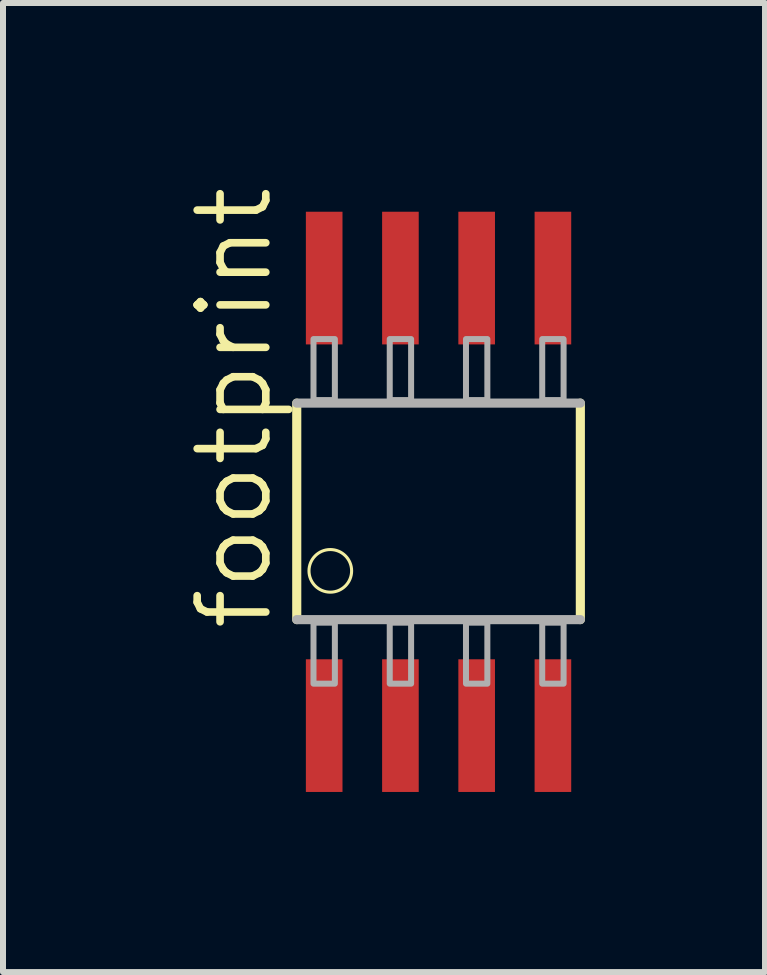
<source format=kicad_pcb>
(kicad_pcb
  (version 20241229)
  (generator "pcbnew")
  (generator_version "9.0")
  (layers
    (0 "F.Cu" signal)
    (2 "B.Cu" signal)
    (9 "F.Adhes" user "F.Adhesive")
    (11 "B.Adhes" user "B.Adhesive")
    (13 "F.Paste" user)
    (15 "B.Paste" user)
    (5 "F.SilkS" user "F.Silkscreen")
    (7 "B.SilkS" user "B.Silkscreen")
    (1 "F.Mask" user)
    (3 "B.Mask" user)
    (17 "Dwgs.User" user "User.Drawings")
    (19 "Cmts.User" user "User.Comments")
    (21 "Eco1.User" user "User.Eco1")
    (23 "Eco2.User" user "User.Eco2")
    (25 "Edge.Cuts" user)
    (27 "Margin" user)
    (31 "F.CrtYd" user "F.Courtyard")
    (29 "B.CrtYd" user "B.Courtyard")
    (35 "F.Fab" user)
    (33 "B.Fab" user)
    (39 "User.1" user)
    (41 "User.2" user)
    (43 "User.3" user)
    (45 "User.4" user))
  (footprint "footprint"
    (layer "F.Cu")
    (at 4.255 5.468)
    (property "Reference" "footprint" (at -2.731 2.032 90) (layer "F.SilkS") (effects (font (size 1.143 1.143) (thickness 0.127)) (justify left bottom)))
    (fp_line (start -2.362 -1.803) (end -2.362 1.803) (stroke (width 0.152) (type solid)) (layer "F.SilkS"))
    (fp_line (start 2.362 1.803) (end 2.362 -1.803) (stroke (width 0.152) (type solid)) (layer "F.SilkS"))
    (fp_circle (center -1.803 0.991) (end -1.448 0.991) (stroke (width 0.051) (type solid)) (fill no) (layer "F.SilkS"))
    (fp_line (start -2.362 1.803) (end 2.362 1.803) (stroke (width 0.152) (type solid)) (layer "F.Fab"))
    (fp_line (start 2.362 -1.803) (end -2.362 -1.803) (stroke (width 0.152) (type solid)) (layer "F.Fab"))
    (fp_poly (pts (xy -2.083 -1.854) (xy -1.727 -1.854) (xy -1.727 -2.87) (xy -2.083 -2.87)) (stroke (width 0.1) (type solid)) (fill no) (layer "F.Fab"))
    (fp_poly (pts (xy -2.083 2.87) (xy -1.727 2.87) (xy -1.727 1.854) (xy -2.083 1.854)) (stroke (width 0.1) (type solid)) (fill no) (layer "F.Fab"))
    (fp_poly (pts (xy -0.813 -1.854) (xy -0.457 -1.854) (xy -0.457 -2.87) (xy -0.813 -2.87)) (stroke (width 0.1) (type solid)) (fill no) (layer "F.Fab"))
    (fp_poly (pts (xy -0.813 2.87) (xy -0.457 2.87) (xy -0.457 1.854) (xy -0.813 1.854)) (stroke (width 0.1) (type solid)) (fill no) (layer "F.Fab"))
    (fp_poly (pts (xy 0.457 -1.854) (xy 0.813 -1.854) (xy 0.813 -2.87) (xy 0.457 -2.87)) (stroke (width 0.1) (type solid)) (fill no) (layer "F.Fab"))
    (fp_poly (pts (xy 0.457 2.87) (xy 0.813 2.87) (xy 0.813 1.854) (xy 0.457 1.854)) (stroke (width 0.1) (type solid)) (fill no) (layer "F.Fab"))
    (fp_poly (pts (xy 1.727 -1.854) (xy 2.083 -1.854) (xy 2.083 -2.87) (xy 1.727 -2.87)) (stroke (width 0.1) (type solid)) (fill no) (layer "F.Fab"))
    (fp_poly (pts (xy 1.727 2.87) (xy 2.083 2.87) (xy 2.083 1.854) (xy 1.727 1.854)) (stroke (width 0.1) (type solid)) (fill no) (layer "F.Fab"))
    (pad "1" smd rect (at -1.905 3.569) (size 0.61 2.21) (layers "F.Cu" "F.Mask" "F.Paste"))
    (pad "2" smd rect (at -0.635 3.569) (size 0.61 2.21) (layers "F.Cu" "F.Mask" "F.Paste"))
    (pad "3" smd rect (at 0.635 3.569) (size 0.61 2.21) (layers "F.Cu" "F.Mask" "F.Paste"))
    (pad "4" smd rect (at 1.905 3.569) (size 0.61 2.21) (layers "F.Cu" "F.Mask" "F.Paste"))
    (pad "5" smd rect (at 1.905 -3.886) (size 0.61 2.21) (layers "F.Cu" "F.Mask" "F.Paste"))
    (pad "6" smd rect (at 0.635 -3.886) (size 0.61 2.21) (layers "F.Cu" "F.Mask" "F.Paste"))
    (pad "7" smd rect (at -0.635 -3.886) (size 0.61 2.21) (layers "F.Cu" "F.Mask" "F.Paste"))
    (pad "8" smd rect (at -1.905 -3.886) (size 0.61 2.21) (layers "F.Cu" "F.Mask" "F.Paste")))
  (gr_rect
    (start -3 -3)
    (end 9.693 13.142)
    (stroke (width 0.1) (type default))
    (fill no)
    (layer "Edge.Cuts")))
</source>
